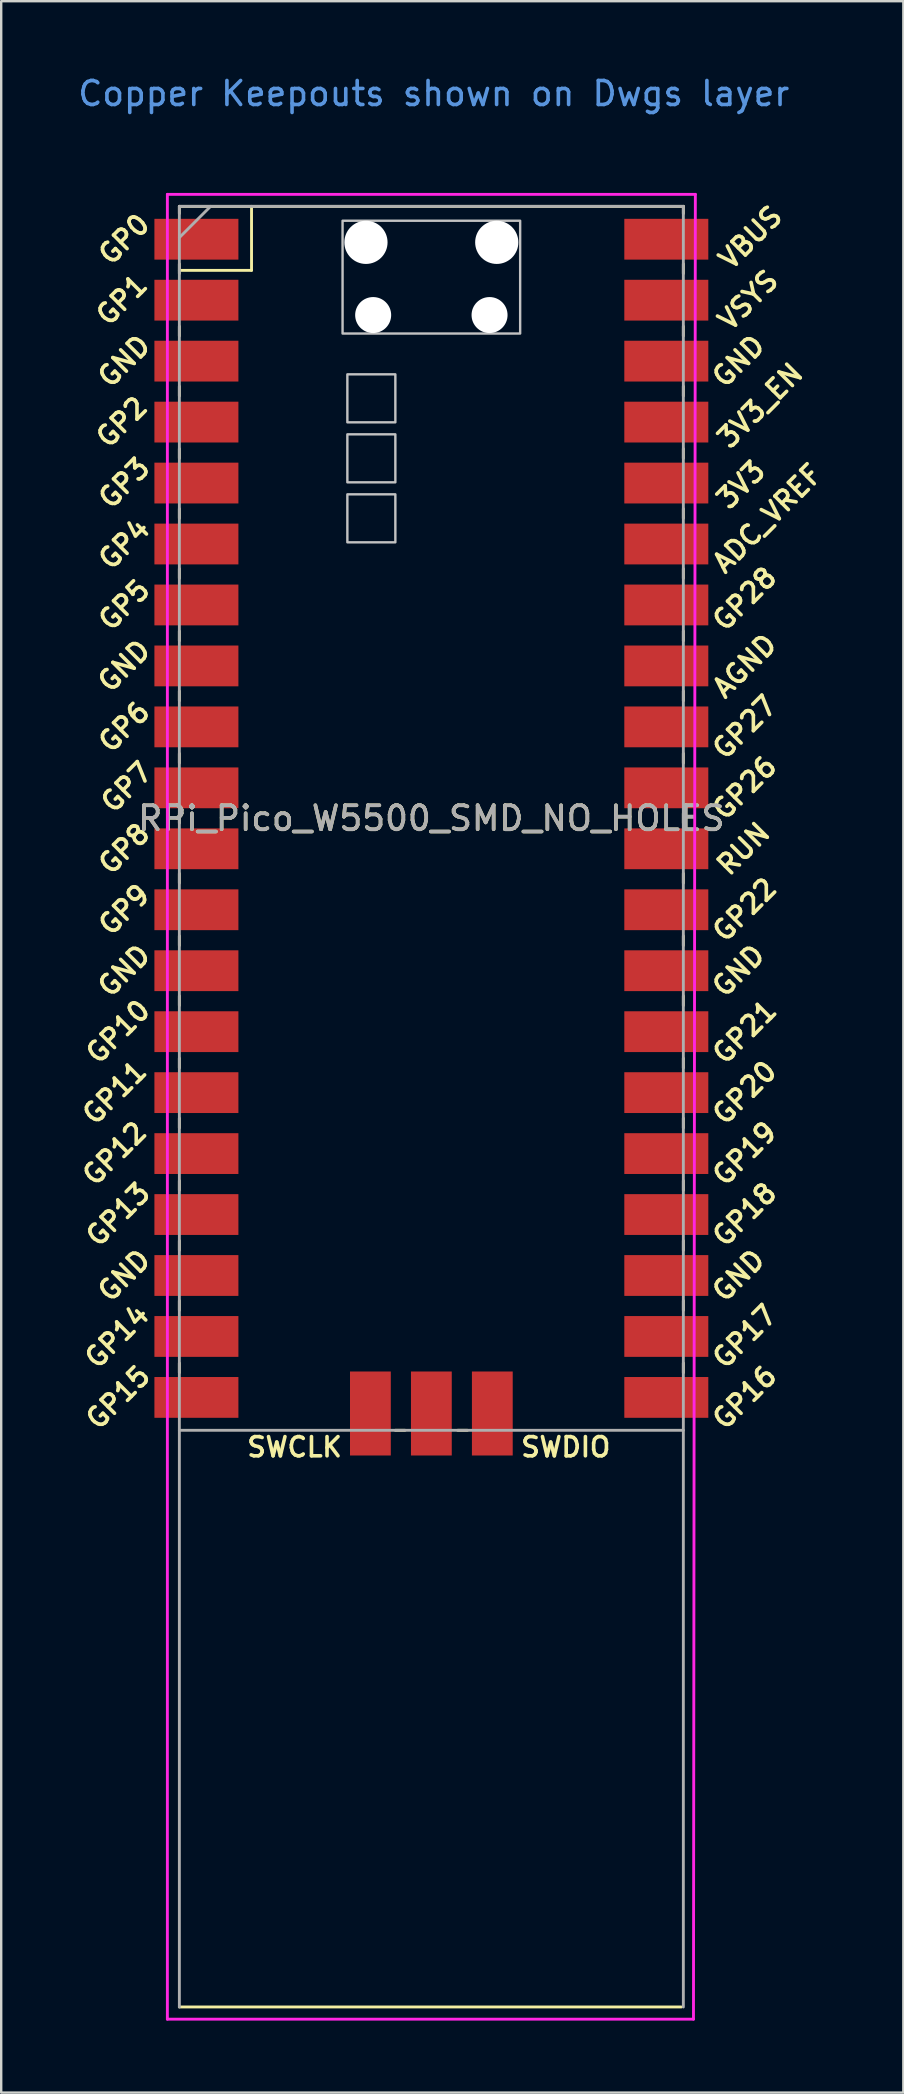
<source format=kicad_pcb>
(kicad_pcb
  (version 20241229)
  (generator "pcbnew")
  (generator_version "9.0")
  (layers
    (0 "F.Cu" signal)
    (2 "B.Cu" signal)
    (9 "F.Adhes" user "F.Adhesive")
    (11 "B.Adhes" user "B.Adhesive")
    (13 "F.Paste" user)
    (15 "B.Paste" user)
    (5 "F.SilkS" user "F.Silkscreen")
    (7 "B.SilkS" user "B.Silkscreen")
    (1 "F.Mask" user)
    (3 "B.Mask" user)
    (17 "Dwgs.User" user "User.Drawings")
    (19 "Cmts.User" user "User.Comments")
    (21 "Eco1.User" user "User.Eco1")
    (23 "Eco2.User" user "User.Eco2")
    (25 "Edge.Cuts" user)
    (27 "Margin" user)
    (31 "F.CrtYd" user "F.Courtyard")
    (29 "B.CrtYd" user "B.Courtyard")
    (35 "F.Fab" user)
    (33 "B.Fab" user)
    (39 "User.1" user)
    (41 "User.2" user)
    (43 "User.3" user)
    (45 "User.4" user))
  (footprint "RPi_Pico_W5500_SMD_NO_HOLES"
    (layer "F.Cu")
    (at 14.924 31.048)
    (property "Reference" "RPi_Pico_W5500_SMD_NO_HOLES" (at 0 0 0) (layer "F.SilkS") (effects (font (size 1 1) (thickness 0.15))))
    (attr through_hole)
    (fp_line (start -10.5 -25.5) (end -10.5 -25.2) (stroke (width 0.12) (type solid)) (layer "F.SilkS"))
    (fp_line (start -10.5 -25.5) (end 10.5 -25.5) (stroke (width 0.12) (type solid)) (layer "F.SilkS"))
    (fp_line (start -10.5 -23.1) (end -10.5 -22.7) (stroke (width 0.12) (type solid)) (layer "F.SilkS"))
    (fp_line (start -10.5 -22.833) (end -7.493 -22.833) (stroke (width 0.12) (type solid)) (layer "F.SilkS"))
    (fp_line (start -10.5 -20.5) (end -10.5 -20.1) (stroke (width 0.12) (type solid)) (layer "F.SilkS"))
    (fp_line (start -10.5 -18) (end -10.5 -17.6) (stroke (width 0.12) (type solid)) (layer "F.SilkS"))
    (fp_line (start -10.5 -15.4) (end -10.5 -15) (stroke (width 0.12) (type solid)) (layer "F.SilkS"))
    (fp_line (start -10.5 -12.9) (end -10.5 -12.5) (stroke (width 0.12) (type solid)) (layer "F.SilkS"))
    (fp_line (start -10.5 -10.4) (end -10.5 -10) (stroke (width 0.12) (type solid)) (layer "F.SilkS"))
    (fp_line (start -10.5 -7.8) (end -10.5 -7.4) (stroke (width 0.12) (type solid)) (layer "F.SilkS"))
    (fp_line (start -10.5 -5.3) (end -10.5 -4.9) (stroke (width 0.12) (type solid)) (layer "F.SilkS"))
    (fp_line (start -10.5 -2.7) (end -10.5 -2.3) (stroke (width 0.12) (type solid)) (layer "F.SilkS"))
    (fp_line (start -10.5 -0.2) (end -10.5 0.2) (stroke (width 0.12) (type solid)) (layer "F.SilkS"))
    (fp_line (start -10.5 2.3) (end -10.5 2.7) (stroke (width 0.12) (type solid)) (layer "F.SilkS"))
    (fp_line (start -10.5 4.9) (end -10.5 5.3) (stroke (width 0.12) (type solid)) (layer "F.SilkS"))
    (fp_line (start -10.5 7.4) (end -10.5 7.8) (stroke (width 0.12) (type solid)) (layer "F.SilkS"))
    (fp_line (start -10.5 10) (end -10.5 10.4) (stroke (width 0.12) (type solid)) (layer "F.SilkS"))
    (fp_line (start -10.5 12.5) (end -10.5 12.9) (stroke (width 0.12) (type solid)) (layer "F.SilkS"))
    (fp_line (start -10.5 15.1) (end -10.5 15.5) (stroke (width 0.12) (type solid)) (layer "F.SilkS"))
    (fp_line (start -10.5 17.6) (end -10.5 18) (stroke (width 0.12) (type solid)) (layer "F.SilkS"))
    (fp_line (start -10.5 20.1) (end -10.5 20.5) (stroke (width 0.12) (type solid)) (layer "F.SilkS"))
    (fp_line (start -10.5 22.7) (end -10.5 23.1) (stroke (width 0.12) (type solid)) (layer "F.SilkS"))
    (fp_line (start -7.493 -22.833) (end -7.493 -25.5) (stroke (width 0.12) (type solid)) (layer "F.SilkS"))
    (fp_line (start -1.5 25.5) (end -1.1 25.5) (stroke (width 0.12) (type solid)) (layer "F.SilkS"))
    (fp_line (start 1.1 25.5) (end 1.5 25.5) (stroke (width 0.12) (type solid)) (layer "F.SilkS"))
    (fp_line (start 10.414 49.53) (end -10.5 49.53) (stroke (width 0.12) (type solid)) (layer "F.SilkS"))
    (fp_line (start 10.5 -25.5) (end 10.5 -25.2) (stroke (width 0.12) (type solid)) (layer "F.SilkS"))
    (fp_line (start 10.5 -23.1) (end 10.5 -22.7) (stroke (width 0.12) (type solid)) (layer "F.SilkS"))
    (fp_line (start 10.5 -20.5) (end 10.5 -20.1) (stroke (width 0.12) (type solid)) (layer "F.SilkS"))
    (fp_line (start 10.5 -18) (end 10.5 -17.6) (stroke (width 0.12) (type solid)) (layer "F.SilkS"))
    (fp_line (start 10.5 -15.4) (end 10.5 -15) (stroke (width 0.12) (type solid)) (layer "F.SilkS"))
    (fp_line (start 10.5 -12.9) (end 10.5 -12.5) (stroke (width 0.12) (type solid)) (layer "F.SilkS"))
    (fp_line (start 10.5 -10.4) (end 10.5 -10) (stroke (width 0.12) (type solid)) (layer "F.SilkS"))
    (fp_line (start 10.5 -7.8) (end 10.5 -7.4) (stroke (width 0.12) (type solid)) (layer "F.SilkS"))
    (fp_line (start 10.5 -5.3) (end 10.5 -4.9) (stroke (width 0.12) (type solid)) (layer "F.SilkS"))
    (fp_line (start 10.5 -2.7) (end 10.5 -2.3) (stroke (width 0.12) (type solid)) (layer "F.SilkS"))
    (fp_line (start 10.5 -0.2) (end 10.5 0.2) (stroke (width 0.12) (type solid)) (layer "F.SilkS"))
    (fp_line (start 10.5 2.3) (end 10.5 2.7) (stroke (width 0.12) (type solid)) (layer "F.SilkS"))
    (fp_line (start 10.5 4.9) (end 10.5 5.3) (stroke (width 0.12) (type solid)) (layer "F.SilkS"))
    (fp_line (start 10.5 7.4) (end 10.5 7.8) (stroke (width 0.12) (type solid)) (layer "F.SilkS"))
    (fp_line (start 10.5 10) (end 10.5 10.4) (stroke (width 0.12) (type solid)) (layer "F.SilkS"))
    (fp_line (start 10.5 12.5) (end 10.5 12.9) (stroke (width 0.12) (type solid)) (layer "F.SilkS"))
    (fp_line (start 10.5 15.1) (end 10.5 15.5) (stroke (width 0.12) (type solid)) (layer "F.SilkS"))
    (fp_line (start 10.5 17.6) (end 10.5 18) (stroke (width 0.12) (type solid)) (layer "F.SilkS"))
    (fp_line (start 10.5 20.1) (end 10.5 20.5) (stroke (width 0.12) (type solid)) (layer "F.SilkS"))
    (fp_line (start 10.5 22.7) (end 10.5 23.1) (stroke (width 0.12) (type solid)) (layer "F.SilkS"))
    (fp_poly (pts (xy -1.5 -16.5) (xy -3.5 -16.5) (xy -3.5 -18.5) (xy -1.5 -18.5)) (stroke (width 0.1) (type solid)) (fill no) (layer "Dwgs.User"))
    (fp_poly (pts (xy -1.5 -14) (xy -3.5 -14) (xy -3.5 -16) (xy -1.5 -16)) (stroke (width 0.1) (type solid)) (fill no) (layer "Dwgs.User"))
    (fp_poly (pts (xy -1.5 -11.5) (xy -3.5 -11.5) (xy -3.5 -13.5) (xy -1.5 -13.5)) (stroke (width 0.1) (type solid)) (fill no) (layer "Dwgs.User"))
    (fp_poly (pts (xy 3.7 -20.2) (xy -3.7 -20.2) (xy -3.7 -24.9) (xy 3.7 -24.9)) (stroke (width 0.1) (type solid)) (fill no) (layer "Dwgs.User"))
    (fp_line (start -11 -26) (end 11 -26) (stroke (width 0.12) (type solid)) (layer "F.CrtYd"))
    (fp_line (start -11 50.038) (end -11 -26) (stroke (width 0.12) (type solid)) (layer "F.CrtYd"))
    (fp_line (start 10.922 50.038) (end -11 50.038) (stroke (width 0.12) (type solid)) (layer "F.CrtYd"))
    (fp_line (start 11 -26) (end 10.922 50.038) (stroke (width 0.12) (type solid)) (layer "F.CrtYd"))
    (fp_line (start -10.5 -25.5) (end 10.5 -25.5) (stroke (width 0.12) (type solid)) (layer "F.Fab"))
    (fp_line (start -10.5 -24.2) (end -9.2 -25.5) (stroke (width 0.12) (type solid)) (layer "F.Fab"))
    (fp_line (start -10.5 49.53) (end -10.5 -25.5) (stroke (width 0.12) (type solid)) (layer "F.Fab"))
    (fp_line (start 10.5 -25.5) (end 10.5 49.53) (stroke (width 0.12) (type solid)) (layer "F.Fab"))
    (fp_line (start 10.5 25.5) (end -10.5 25.5) (stroke (width 0.12) (type solid)) (layer "F.Fab"))
    (fp_text user "3V3_EN" (at 13.7 -17.2 45) (layer "F.SilkS") (effects (font (size 0.8 0.8) (thickness 0.15))))
    (fp_text user "AGND" (at 13.054 -6.35 45) (layer "F.SilkS") (effects (font (size 0.8 0.8) (thickness 0.15))))
    (fp_text user "GP7" (at -12.7 -1.3 45) (layer "F.SilkS") (effects (font (size 0.8 0.8) (thickness 0.15))))
    (fp_text user "GP14" (at -13.1 21.59 45) (layer "F.SilkS") (effects (font (size 0.8 0.8) (thickness 0.15))))
    (fp_text user "GP27" (at 13.054 -3.8 45) (layer "F.SilkS") (effects (font (size 0.8 0.8) (thickness 0.15))))
    (fp_text user "GND" (at -12.8 6.35 45) (layer "F.SilkS") (effects (font (size 0.8 0.8) (thickness 0.15))))
    (fp_text user "GP4" (at -12.8 -11.43 45) (layer "F.SilkS") (effects (font (size 0.8 0.8) (thickness 0.15))))
    (fp_text user "GND" (at 12.8 19.05 45) (layer "F.SilkS") (effects (font (size 0.8 0.8) (thickness 0.15))))
    (fp_text user "3V3" (at 12.9 -13.9 45) (layer "F.SilkS") (effects (font (size 0.8 0.8) (thickness 0.15))))
    (fp_text user "GND" (at 12.8 6.35 45) (layer "F.SilkS") (effects (font (size 0.8 0.8) (thickness 0.15))))
    (fp_text user "GP21" (at 13.054 8.9 45) (layer "F.SilkS") (effects (font (size 0.8 0.8) (thickness 0.15))))
    (fp_text user "GP8" (at -12.8 1.27 45) (layer "F.SilkS") (effects (font (size 0.8 0.8) (thickness 0.15))))
    (fp_text user "GP20" (at 13.054 11.43 45) (layer "F.SilkS") (effects (font (size 0.8 0.8) (thickness 0.15))))
    (fp_text user "GP16" (at 13.054 24.13 45) (layer "F.SilkS") (effects (font (size 0.8 0.8) (thickness 0.15))))
    (fp_text user "GP26" (at 13.054 -1.27 45) (layer "F.SilkS") (effects (font (size 0.8 0.8) (thickness 0.15))))
    (fp_text user "GP0" (at -12.8 -24.13 45) (layer "F.SilkS") (effects (font (size 0.8 0.8) (thickness 0.15))))
    (fp_text user "VBUS" (at 13.3 -24.2 45) (layer "F.SilkS") (effects (font (size 0.8 0.8) (thickness 0.15))))
    (fp_text user "GP19" (at 13.054 13.97 45) (layer "F.SilkS") (effects (font (size 0.8 0.8) (thickness 0.15))))
    (fp_text user "GP3" (at -12.8 -13.97 45) (layer "F.SilkS") (effects (font (size 0.8 0.8) (thickness 0.15))))
    (fp_text user "GP18" (at 13.054 16.51 45) (layer "F.SilkS") (effects (font (size 0.8 0.8) (thickness 0.15))))
    (fp_text user "GP9" (at -12.8 3.81 45) (layer "F.SilkS") (effects (font (size 0.8 0.8) (thickness 0.15))))
    (fp_text user "GP5" (at -12.8 -8.89 45) (layer "F.SilkS") (effects (font (size 0.8 0.8) (thickness 0.15))))
    (fp_text user "GP13" (at -13.054 16.51 45) (layer "F.SilkS") (effects (font (size 0.8 0.8) (thickness 0.15))))
    (fp_text user "GP6" (at -12.8 -3.81 45) (layer "F.SilkS") (effects (font (size 0.8 0.8) (thickness 0.15))))
    (fp_text user "GP15" (at -13.054 24.13 45) (layer "F.SilkS") (effects (font (size 0.8 0.8) (thickness 0.15))))
    (fp_text user "GND" (at -12.8 19.05 45) (layer "F.SilkS") (effects (font (size 0.8 0.8) (thickness 0.15))))
    (fp_text user "GND" (at -12.8 -6.35 45) (layer "F.SilkS") (effects (font (size 0.8 0.8) (thickness 0.15))))
    (fp_text user "RUN" (at 13 1.27 45) (layer "F.SilkS") (effects (font (size 0.8 0.8) (thickness 0.15))))
    (fp_text user "GP22" (at 13.054 3.81 45) (layer "F.SilkS") (effects (font (size 0.8 0.8) (thickness 0.15))))
    (fp_text user "GP28" (at 13.054 -9.144 45) (layer "F.SilkS") (effects (font (size 0.8 0.8) (thickness 0.15))))
    (fp_text user "GND" (at -12.8 -19.05 45) (layer "F.SilkS") (effects (font (size 0.8 0.8) (thickness 0.15))))
    (fp_text user "GND" (at 12.8 -19.05 45) (layer "F.SilkS") (effects (font (size 0.8 0.8) (thickness 0.15))))
    (fp_text user "SWCLK" (at -5.7 26.2 0) (layer "F.SilkS") (effects (font (size 0.8 0.8) (thickness 0.15))))
    (fp_text user "GP12" (at -13.2 13.97 45) (layer "F.SilkS") (effects (font (size 0.8 0.8) (thickness 0.15))))
    (fp_text user "VSYS" (at 13.2 -21.59 45) (layer "F.SilkS") (effects (font (size 0.8 0.8) (thickness 0.15))))
    (fp_text user "GP2" (at -12.9 -16.51 45) (layer "F.SilkS") (effects (font (size 0.8 0.8) (thickness 0.15))))
    (fp_text user "SWDIO" (at 5.6 26.2 0) (layer "F.SilkS") (effects (font (size 0.8 0.8) (thickness 0.15))))
    (fp_text user "GP11" (at -13.2 11.43 45) (layer "F.SilkS") (effects (font (size 0.8 0.8) (thickness 0.15))))
    (fp_text user "GP17" (at 13.054 21.59 45) (layer "F.SilkS") (effects (font (size 0.8 0.8) (thickness 0.15))))
    (fp_text user "GP10" (at -13.054 8.89 45) (layer "F.SilkS") (effects (font (size 0.8 0.8) (thickness 0.15))))
    (fp_text user "ADC_VREF" (at 14 -12.5 45) (layer "F.SilkS") (effects (font (size 0.8 0.8) (thickness 0.15))))
    (fp_text user "GP1" (at -12.9 -21.6 45) (layer "F.SilkS") (effects (font (size 0.8 0.8) (thickness 0.15))))
    (fp_text user "Copper Keepouts shown on Dwgs layer" (at 0.1 -30.2 0) (layer "Cmts.User") (effects (font (size 1 1) (thickness 0.15))))
    (fp_text user "${REFERENCE}" (at 0 0 180) (layer "F.Fab") (effects (font (size 1 1) (thickness 0.15))))
    (pad "" np_thru_hole oval (at -2.725 -24) (size 1.8 1.8) (drill 1.8) (layers "*.Cu" "*.Mask"))
    (pad "" np_thru_hole oval (at -2.425 -20.97) (size 1.5 1.5) (drill 1.5) (layers "*.Cu" "*.Mask"))
    (pad "" np_thru_hole oval (at 2.425 -20.97) (size 1.5 1.5) (drill 1.5) (layers "*.Cu" "*.Mask"))
    (pad "" np_thru_hole oval (at 2.725 -24) (size 1.8 1.8) (drill 1.8) (layers "*.Cu" "*.Mask"))
    (pad "1" smd rect (at -8.89 -24.13) (size 3.5 1.7) (drill (offset -0.9 0)) (layers "F.Cu" "F.Mask"))
    (pad "2" smd rect (at -8.89 -21.59) (size 3.5 1.7) (drill (offset -0.9 0)) (layers "F.Cu" "F.Mask"))
    (pad "3" smd rect (at -8.89 -19.05) (size 3.5 1.7) (drill (offset -0.9 0)) (layers "F.Cu" "F.Mask"))
    (pad "4" smd rect (at -8.89 -16.51) (size 3.5 1.7) (drill (offset -0.9 0)) (layers "F.Cu" "F.Mask"))
    (pad "5" smd rect (at -8.89 -13.97) (size 3.5 1.7) (drill (offset -0.9 0)) (layers "F.Cu" "F.Mask"))
    (pad "6" smd rect (at -8.89 -11.43) (size 3.5 1.7) (drill (offset -0.9 0)) (layers "F.Cu" "F.Mask"))
    (pad "7" smd rect (at -8.89 -8.89) (size 3.5 1.7) (drill (offset -0.9 0)) (layers "F.Cu" "F.Mask"))
    (pad "8" smd rect (at -8.89 -6.35) (size 3.5 1.7) (drill (offset -0.9 0)) (layers "F.Cu" "F.Mask"))
    (pad "9" smd rect (at -8.89 -3.81) (size 3.5 1.7) (drill (offset -0.9 0)) (layers "F.Cu" "F.Mask"))
    (pad "10" smd rect (at -8.89 -1.27) (size 3.5 1.7) (drill (offset -0.9 0)) (layers "F.Cu" "F.Mask"))
    (pad "11" smd rect (at -8.89 1.27) (size 3.5 1.7) (drill (offset -0.9 0)) (layers "F.Cu" "F.Mask"))
    (pad "12" smd rect (at -8.89 3.81) (size 3.5 1.7) (drill (offset -0.9 0)) (layers "F.Cu" "F.Mask"))
    (pad "13" smd rect (at -8.89 6.35) (size 3.5 1.7) (drill (offset -0.9 0)) (layers "F.Cu" "F.Mask"))
    (pad "14" smd rect (at -8.89 8.89) (size 3.5 1.7) (drill (offset -0.9 0)) (layers "F.Cu" "F.Mask"))
    (pad "15" smd rect (at -8.89 11.43) (size 3.5 1.7) (drill (offset -0.9 0)) (layers "F.Cu" "F.Mask"))
    (pad "16" smd rect (at -8.89 13.97) (size 3.5 1.7) (drill (offset -0.9 0)) (layers "F.Cu" "F.Mask"))
    (pad "17" smd rect (at -8.89 16.51) (size 3.5 1.7) (drill (offset -0.9 0)) (layers "F.Cu" "F.Mask"))
    (pad "18" smd rect (at -8.89 19.05) (size 3.5 1.7) (drill (offset -0.9 0)) (layers "F.Cu" "F.Mask"))
    (pad "19" smd rect (at -8.89 21.59) (size 3.5 1.7) (drill (offset -0.9 0)) (layers "F.Cu" "F.Mask"))
    (pad "20" smd rect (at -8.89 24.13) (size 3.5 1.7) (drill (offset -0.9 0)) (layers "F.Cu" "F.Mask"))
    (pad "21" smd rect (at 8.89 24.13) (size 3.5 1.7) (drill (offset 0.9 0)) (layers "F.Cu" "F.Mask"))
    (pad "22" smd rect (at 8.89 21.59) (size 3.5 1.7) (drill (offset 0.9 0)) (layers "F.Cu" "F.Mask"))
    (pad "23" smd rect (at 8.89 19.05) (size 3.5 1.7) (drill (offset 0.9 0)) (layers "F.Cu" "F.Mask"))
    (pad "24" smd rect (at 8.89 16.51) (size 3.5 1.7) (drill (offset 0.9 0)) (layers "F.Cu" "F.Mask"))
    (pad "25" smd rect (at 8.89 13.97) (size 3.5 1.7) (drill (offset 0.9 0)) (layers "F.Cu" "F.Mask"))
    (pad "26" smd rect (at 8.89 11.43) (size 3.5 1.7) (drill (offset 0.9 0)) (layers "F.Cu" "F.Mask"))
    (pad "27" smd rect (at 8.89 8.89) (size 3.5 1.7) (drill (offset 0.9 0)) (layers "F.Cu" "F.Mask"))
    (pad "28" smd rect (at 8.89 6.35) (size 3.5 1.7) (drill (offset 0.9 0)) (layers "F.Cu" "F.Mask"))
    (pad "29" smd rect (at 8.89 3.81) (size 3.5 1.7) (drill (offset 0.9 0)) (layers "F.Cu" "F.Mask"))
    (pad "30" smd rect (at 8.89 1.27) (size 3.5 1.7) (drill (offset 0.9 0)) (layers "F.Cu" "F.Mask"))
    (pad "31" smd rect (at 8.89 -1.27) (size 3.5 1.7) (drill (offset 0.9 0)) (layers "F.Cu" "F.Mask"))
    (pad "32" smd rect (at 8.89 -3.81) (size 3.5 1.7) (drill (offset 0.9 0)) (layers "F.Cu" "F.Mask"))
    (pad "33" smd rect (at 8.89 -6.35) (size 3.5 1.7) (drill (offset 0.9 0)) (layers "F.Cu" "F.Mask"))
    (pad "34" smd rect (at 8.89 -8.89) (size 3.5 1.7) (drill (offset 0.9 0)) (layers "F.Cu" "F.Mask"))
    (pad "35" smd rect (at 8.89 -11.43) (size 3.5 1.7) (drill (offset 0.9 0)) (layers "F.Cu" "F.Mask"))
    (pad "36" smd rect (at 8.89 -13.97) (size 3.5 1.7) (drill (offset 0.9 0)) (layers "F.Cu" "F.Mask"))
    (pad "37" smd rect (at 8.89 -16.51) (size 3.5 1.7) (drill (offset 0.9 0)) (layers "F.Cu" "F.Mask"))
    (pad "38" smd rect (at 8.89 -19.05) (size 3.5 1.7) (drill (offset 0.9 0)) (layers "F.Cu" "F.Mask"))
    (pad "39" smd rect (at 8.89 -21.59) (size 3.5 1.7) (drill (offset 0.9 0)) (layers "F.Cu" "F.Mask"))
    (pad "40" smd rect (at 8.89 -24.13) (size 3.5 1.7) (drill (offset 0.9 0)) (layers "F.Cu" "F.Mask"))
    (pad "41" smd rect (at -2.54 23.9 90) (size 3.5 1.7) (drill (offset -0.9 0)) (layers "F.Cu" "F.Mask"))
    (pad "42" smd rect (at 0 23.9 90) (size 3.5 1.7) (drill (offset -0.9 0)) (layers "F.Cu" "F.Mask"))
    (pad "43" smd rect (at 2.54 23.9 90) (size 3.5 1.7) (drill (offset -0.9 0)) (layers "F.Cu" "F.Mask")))
  (gr_rect
    (start -3 -3)
    (end 34.591 84.146)
    (stroke (width 0.1) (type default))
    (fill no)
    (layer "Edge.Cuts")))
</source>
